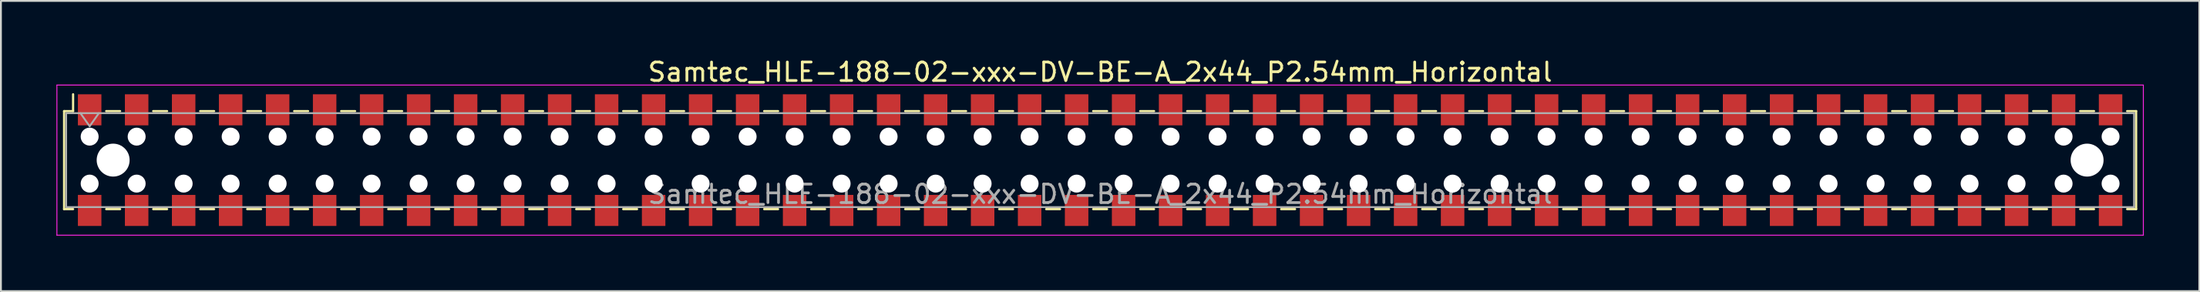
<source format=kicad_pcb>
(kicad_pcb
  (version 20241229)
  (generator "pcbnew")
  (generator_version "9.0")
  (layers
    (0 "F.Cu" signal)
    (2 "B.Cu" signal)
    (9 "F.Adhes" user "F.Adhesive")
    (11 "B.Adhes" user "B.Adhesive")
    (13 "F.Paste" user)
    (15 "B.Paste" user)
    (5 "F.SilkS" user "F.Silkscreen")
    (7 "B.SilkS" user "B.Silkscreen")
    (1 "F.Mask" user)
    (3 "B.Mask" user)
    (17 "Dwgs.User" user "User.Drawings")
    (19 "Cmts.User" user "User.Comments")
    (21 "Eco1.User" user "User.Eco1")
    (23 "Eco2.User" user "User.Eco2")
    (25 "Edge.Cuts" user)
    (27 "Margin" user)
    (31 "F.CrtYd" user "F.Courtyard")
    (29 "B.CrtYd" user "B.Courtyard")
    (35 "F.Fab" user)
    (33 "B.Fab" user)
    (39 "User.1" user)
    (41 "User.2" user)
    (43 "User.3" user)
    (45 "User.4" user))
  (footprint "Samtec_HLE-188-02-xxx-DV-BE-A_2x44_P2.54mm_Horizontal"
    (layer "F.Cu")
    (at 56.405 5.608)
    (property "Reference" "Samtec_HLE-188-02-xxx-DV-BE-A_2x44_P2.54mm_Horizontal" (at 0 -4.76 0) (layer "F.SilkS") (effects (font (size 1 1) (thickness 0.15))))
    (attr smd)
    (fp_line (start -55.99 -2.65) (end -55.99 2.65) (stroke (width 0.12) (type solid)) (layer "F.SilkS"))
    (fp_line (start -55.99 2.65) (end -55.505 2.65) (stroke (width 0.12) (type solid)) (layer "F.SilkS"))
    (fp_line (start -55.505 -3.56) (end -55.505 -2.65) (stroke (width 0.12) (type solid)) (layer "F.SilkS"))
    (fp_line (start -55.505 -2.65) (end -55.99 -2.65) (stroke (width 0.12) (type solid)) (layer "F.SilkS"))
    (fp_line (start -53.715 -2.65) (end -52.965 -2.65) (stroke (width 0.12) (type solid)) (layer "F.SilkS"))
    (fp_line (start -53.715 2.65) (end -52.965 2.65) (stroke (width 0.12) (type solid)) (layer "F.SilkS"))
    (fp_line (start -51.175 -2.65) (end -50.425 -2.65) (stroke (width 0.12) (type solid)) (layer "F.SilkS"))
    (fp_line (start -51.175 2.65) (end -50.425 2.65) (stroke (width 0.12) (type solid)) (layer "F.SilkS"))
    (fp_line (start -48.635 -2.65) (end -47.885 -2.65) (stroke (width 0.12) (type solid)) (layer "F.SilkS"))
    (fp_line (start -48.635 2.65) (end -47.885 2.65) (stroke (width 0.12) (type solid)) (layer "F.SilkS"))
    (fp_line (start -46.095 -2.65) (end -45.345 -2.65) (stroke (width 0.12) (type solid)) (layer "F.SilkS"))
    (fp_line (start -46.095 2.65) (end -45.345 2.65) (stroke (width 0.12) (type solid)) (layer "F.SilkS"))
    (fp_line (start -43.555 -2.65) (end -42.805 -2.65) (stroke (width 0.12) (type solid)) (layer "F.SilkS"))
    (fp_line (start -43.555 2.65) (end -42.805 2.65) (stroke (width 0.12) (type solid)) (layer "F.SilkS"))
    (fp_line (start -41.015 -2.65) (end -40.265 -2.65) (stroke (width 0.12) (type solid)) (layer "F.SilkS"))
    (fp_line (start -41.015 2.65) (end -40.265 2.65) (stroke (width 0.12) (type solid)) (layer "F.SilkS"))
    (fp_line (start -38.475 -2.65) (end -37.725 -2.65) (stroke (width 0.12) (type solid)) (layer "F.SilkS"))
    (fp_line (start -38.475 2.65) (end -37.725 2.65) (stroke (width 0.12) (type solid)) (layer "F.SilkS"))
    (fp_line (start -35.935 -2.65) (end -35.185 -2.65) (stroke (width 0.12) (type solid)) (layer "F.SilkS"))
    (fp_line (start -35.935 2.65) (end -35.185 2.65) (stroke (width 0.12) (type solid)) (layer "F.SilkS"))
    (fp_line (start -33.395 -2.65) (end -32.645 -2.65) (stroke (width 0.12) (type solid)) (layer "F.SilkS"))
    (fp_line (start -33.395 2.65) (end -32.645 2.65) (stroke (width 0.12) (type solid)) (layer "F.SilkS"))
    (fp_line (start -30.855 -2.65) (end -30.105 -2.65) (stroke (width 0.12) (type solid)) (layer "F.SilkS"))
    (fp_line (start -30.855 2.65) (end -30.105 2.65) (stroke (width 0.12) (type solid)) (layer "F.SilkS"))
    (fp_line (start -28.315 -2.65) (end -27.565 -2.65) (stroke (width 0.12) (type solid)) (layer "F.SilkS"))
    (fp_line (start -28.315 2.65) (end -27.565 2.65) (stroke (width 0.12) (type solid)) (layer "F.SilkS"))
    (fp_line (start -25.775 -2.65) (end -25.025 -2.65) (stroke (width 0.12) (type solid)) (layer "F.SilkS"))
    (fp_line (start -25.775 2.65) (end -25.025 2.65) (stroke (width 0.12) (type solid)) (layer "F.SilkS"))
    (fp_line (start -23.235 -2.65) (end -22.485 -2.65) (stroke (width 0.12) (type solid)) (layer "F.SilkS"))
    (fp_line (start -23.235 2.65) (end -22.485 2.65) (stroke (width 0.12) (type solid)) (layer "F.SilkS"))
    (fp_line (start -20.695 -2.65) (end -19.945 -2.65) (stroke (width 0.12) (type solid)) (layer "F.SilkS"))
    (fp_line (start -20.695 2.65) (end -19.945 2.65) (stroke (width 0.12) (type solid)) (layer "F.SilkS"))
    (fp_line (start -18.155 -2.65) (end -17.405 -2.65) (stroke (width 0.12) (type solid)) (layer "F.SilkS"))
    (fp_line (start -18.155 2.65) (end -17.405 2.65) (stroke (width 0.12) (type solid)) (layer "F.SilkS"))
    (fp_line (start -15.615 -2.65) (end -14.865 -2.65) (stroke (width 0.12) (type solid)) (layer "F.SilkS"))
    (fp_line (start -15.615 2.65) (end -14.865 2.65) (stroke (width 0.12) (type solid)) (layer "F.SilkS"))
    (fp_line (start -13.075 -2.65) (end -12.325 -2.65) (stroke (width 0.12) (type solid)) (layer "F.SilkS"))
    (fp_line (start -13.075 2.65) (end -12.325 2.65) (stroke (width 0.12) (type solid)) (layer "F.SilkS"))
    (fp_line (start -10.535 -2.65) (end -9.785 -2.65) (stroke (width 0.12) (type solid)) (layer "F.SilkS"))
    (fp_line (start -10.535 2.65) (end -9.785 2.65) (stroke (width 0.12) (type solid)) (layer "F.SilkS"))
    (fp_line (start -7.995 -2.65) (end -7.245 -2.65) (stroke (width 0.12) (type solid)) (layer "F.SilkS"))
    (fp_line (start -7.995 2.65) (end -7.245 2.65) (stroke (width 0.12) (type solid)) (layer "F.SilkS"))
    (fp_line (start -5.455 -2.65) (end -4.705 -2.65) (stroke (width 0.12) (type solid)) (layer "F.SilkS"))
    (fp_line (start -5.455 2.65) (end -4.705 2.65) (stroke (width 0.12) (type solid)) (layer "F.SilkS"))
    (fp_line (start -2.915 -2.65) (end -2.165 -2.65) (stroke (width 0.12) (type solid)) (layer "F.SilkS"))
    (fp_line (start -2.915 2.65) (end -2.165 2.65) (stroke (width 0.12) (type solid)) (layer "F.SilkS"))
    (fp_line (start -0.375 -2.65) (end 0.375 -2.65) (stroke (width 0.12) (type solid)) (layer "F.SilkS"))
    (fp_line (start -0.375 2.65) (end 0.375 2.65) (stroke (width 0.12) (type solid)) (layer "F.SilkS"))
    (fp_line (start 2.165 -2.65) (end 2.915 -2.65) (stroke (width 0.12) (type solid)) (layer "F.SilkS"))
    (fp_line (start 2.165 2.65) (end 2.915 2.65) (stroke (width 0.12) (type solid)) (layer "F.SilkS"))
    (fp_line (start 4.705 -2.65) (end 5.455 -2.65) (stroke (width 0.12) (type solid)) (layer "F.SilkS"))
    (fp_line (start 4.705 2.65) (end 5.455 2.65) (stroke (width 0.12) (type solid)) (layer "F.SilkS"))
    (fp_line (start 7.245 -2.65) (end 7.995 -2.65) (stroke (width 0.12) (type solid)) (layer "F.SilkS"))
    (fp_line (start 7.245 2.65) (end 7.995 2.65) (stroke (width 0.12) (type solid)) (layer "F.SilkS"))
    (fp_line (start 9.785 -2.65) (end 10.535 -2.65) (stroke (width 0.12) (type solid)) (layer "F.SilkS"))
    (fp_line (start 9.785 2.65) (end 10.535 2.65) (stroke (width 0.12) (type solid)) (layer "F.SilkS"))
    (fp_line (start 12.325 -2.65) (end 13.075 -2.65) (stroke (width 0.12) (type solid)) (layer "F.SilkS"))
    (fp_line (start 12.325 2.65) (end 13.075 2.65) (stroke (width 0.12) (type solid)) (layer "F.SilkS"))
    (fp_line (start 14.865 -2.65) (end 15.615 -2.65) (stroke (width 0.12) (type solid)) (layer "F.SilkS"))
    (fp_line (start 14.865 2.65) (end 15.615 2.65) (stroke (width 0.12) (type solid)) (layer "F.SilkS"))
    (fp_line (start 17.405 -2.65) (end 18.155 -2.65) (stroke (width 0.12) (type solid)) (layer "F.SilkS"))
    (fp_line (start 17.405 2.65) (end 18.155 2.65) (stroke (width 0.12) (type solid)) (layer "F.SilkS"))
    (fp_line (start 19.945 -2.65) (end 20.695 -2.65) (stroke (width 0.12) (type solid)) (layer "F.SilkS"))
    (fp_line (start 19.945 2.65) (end 20.695 2.65) (stroke (width 0.12) (type solid)) (layer "F.SilkS"))
    (fp_line (start 22.485 -2.65) (end 23.235 -2.65) (stroke (width 0.12) (type solid)) (layer "F.SilkS"))
    (fp_line (start 22.485 2.65) (end 23.235 2.65) (stroke (width 0.12) (type solid)) (layer "F.SilkS"))
    (fp_line (start 25.025 -2.65) (end 25.775 -2.65) (stroke (width 0.12) (type solid)) (layer "F.SilkS"))
    (fp_line (start 25.025 2.65) (end 25.775 2.65) (stroke (width 0.12) (type solid)) (layer "F.SilkS"))
    (fp_line (start 27.565 -2.65) (end 28.315 -2.65) (stroke (width 0.12) (type solid)) (layer "F.SilkS"))
    (fp_line (start 27.565 2.65) (end 28.315 2.65) (stroke (width 0.12) (type solid)) (layer "F.SilkS"))
    (fp_line (start 30.105 -2.65) (end 30.855 -2.65) (stroke (width 0.12) (type solid)) (layer "F.SilkS"))
    (fp_line (start 30.105 2.65) (end 30.855 2.65) (stroke (width 0.12) (type solid)) (layer "F.SilkS"))
    (fp_line (start 32.645 -2.65) (end 33.395 -2.65) (stroke (width 0.12) (type solid)) (layer "F.SilkS"))
    (fp_line (start 32.645 2.65) (end 33.395 2.65) (stroke (width 0.12) (type solid)) (layer "F.SilkS"))
    (fp_line (start 35.185 -2.65) (end 35.935 -2.65) (stroke (width 0.12) (type solid)) (layer "F.SilkS"))
    (fp_line (start 35.185 2.65) (end 35.935 2.65) (stroke (width 0.12) (type solid)) (layer "F.SilkS"))
    (fp_line (start 37.725 -2.65) (end 38.475 -2.65) (stroke (width 0.12) (type solid)) (layer "F.SilkS"))
    (fp_line (start 37.725 2.65) (end 38.475 2.65) (stroke (width 0.12) (type solid)) (layer "F.SilkS"))
    (fp_line (start 40.265 -2.65) (end 41.015 -2.65) (stroke (width 0.12) (type solid)) (layer "F.SilkS"))
    (fp_line (start 40.265 2.65) (end 41.015 2.65) (stroke (width 0.12) (type solid)) (layer "F.SilkS"))
    (fp_line (start 42.805 -2.65) (end 43.555 -2.65) (stroke (width 0.12) (type solid)) (layer "F.SilkS"))
    (fp_line (start 42.805 2.65) (end 43.555 2.65) (stroke (width 0.12) (type solid)) (layer "F.SilkS"))
    (fp_line (start 45.345 -2.65) (end 46.095 -2.65) (stroke (width 0.12) (type solid)) (layer "F.SilkS"))
    (fp_line (start 45.345 2.65) (end 46.095 2.65) (stroke (width 0.12) (type solid)) (layer "F.SilkS"))
    (fp_line (start 47.885 -2.65) (end 48.635 -2.65) (stroke (width 0.12) (type solid)) (layer "F.SilkS"))
    (fp_line (start 47.885 2.65) (end 48.635 2.65) (stroke (width 0.12) (type solid)) (layer "F.SilkS"))
    (fp_line (start 50.425 -2.65) (end 51.175 -2.65) (stroke (width 0.12) (type solid)) (layer "F.SilkS"))
    (fp_line (start 50.425 2.65) (end 51.175 2.65) (stroke (width 0.12) (type solid)) (layer "F.SilkS"))
    (fp_line (start 52.965 -2.65) (end 53.715 -2.65) (stroke (width 0.12) (type solid)) (layer "F.SilkS"))
    (fp_line (start 52.965 2.65) (end 53.715 2.65) (stroke (width 0.12) (type solid)) (layer "F.SilkS"))
    (fp_line (start 55.505 -2.65) (end 55.99 -2.65) (stroke (width 0.12) (type solid)) (layer "F.SilkS"))
    (fp_line (start 55.99 -2.65) (end 55.99 2.65) (stroke (width 0.12) (type solid)) (layer "F.SilkS"))
    (fp_line (start 55.99 2.65) (end 55.505 2.65) (stroke (width 0.12) (type solid)) (layer "F.SilkS"))
    (fp_line (start -56.38 -4.06) (end 56.38 -4.06) (stroke (width 0.05) (type solid)) (layer "F.CrtYd"))
    (fp_line (start -56.38 4.06) (end -56.38 -4.06) (stroke (width 0.05) (type solid)) (layer "F.CrtYd"))
    (fp_line (start 56.38 -4.06) (end 56.38 4.06) (stroke (width 0.05) (type solid)) (layer "F.CrtYd"))
    (fp_line (start 56.38 4.06) (end -56.38 4.06) (stroke (width 0.05) (type solid)) (layer "F.CrtYd"))
    (fp_line (start -55.88 -2.54) (end 55.88 -2.54) (stroke (width 0.1) (type solid)) (layer "F.Fab"))
    (fp_line (start -55.88 2.54) (end -55.88 -2.54) (stroke (width 0.1) (type solid)) (layer "F.Fab"))
    (fp_line (start -55.11 -2.54) (end -54.61 -1.833) (stroke (width 0.1) (type solid)) (layer "F.Fab"))
    (fp_line (start -54.61 -1.833) (end -54.11 -2.54) (stroke (width 0.1) (type solid)) (layer "F.Fab"))
    (fp_line (start 55.88 -2.54) (end 55.88 2.54) (stroke (width 0.1) (type solid)) (layer "F.Fab"))
    (fp_line (start 55.88 2.54) (end -55.88 2.54) (stroke (width 0.1) (type solid)) (layer "F.Fab"))
    (fp_text user "${REFERENCE}" (at 0 1.84 0) (layer "F.Fab") (effects (font (size 1 1) (thickness 0.15))))
    (pad "" np_thru_hole circle (at -54.61 -1.27) (size 0.97 0.97) (drill 0.97) (layers "*.Cu" "*.Mask"))
    (pad "" np_thru_hole circle (at -54.61 1.27) (size 0.97 0.97) (drill 0.97) (layers "*.Cu" "*.Mask"))
    (pad "" np_thru_hole circle (at -53.34 0) (size 1.78 1.78) (drill 1.78) (layers "*.Cu" "*.Mask"))
    (pad "" np_thru_hole circle (at -52.07 -1.27) (size 0.97 0.97) (drill 0.97) (layers "*.Cu" "*.Mask"))
    (pad "" np_thru_hole circle (at -52.07 1.27) (size 0.97 0.97) (drill 0.97) (layers "*.Cu" "*.Mask"))
    (pad "" np_thru_hole circle (at -49.53 -1.27) (size 0.97 0.97) (drill 0.97) (layers "*.Cu" "*.Mask"))
    (pad "" np_thru_hole circle (at -49.53 1.27) (size 0.97 0.97) (drill 0.97) (layers "*.Cu" "*.Mask"))
    (pad "" np_thru_hole circle (at -46.99 -1.27) (size 0.97 0.97) (drill 0.97) (layers "*.Cu" "*.Mask"))
    (pad "" np_thru_hole circle (at -46.99 1.27) (size 0.97 0.97) (drill 0.97) (layers "*.Cu" "*.Mask"))
    (pad "" np_thru_hole circle (at -44.45 -1.27) (size 0.97 0.97) (drill 0.97) (layers "*.Cu" "*.Mask"))
    (pad "" np_thru_hole circle (at -44.45 1.27) (size 0.97 0.97) (drill 0.97) (layers "*.Cu" "*.Mask"))
    (pad "" np_thru_hole circle (at -41.91 -1.27) (size 0.97 0.97) (drill 0.97) (layers "*.Cu" "*.Mask"))
    (pad "" np_thru_hole circle (at -41.91 1.27) (size 0.97 0.97) (drill 0.97) (layers "*.Cu" "*.Mask"))
    (pad "" np_thru_hole circle (at -39.37 -1.27) (size 0.97 0.97) (drill 0.97) (layers "*.Cu" "*.Mask"))
    (pad "" np_thru_hole circle (at -39.37 1.27) (size 0.97 0.97) (drill 0.97) (layers "*.Cu" "*.Mask"))
    (pad "" np_thru_hole circle (at -36.83 -1.27) (size 0.97 0.97) (drill 0.97) (layers "*.Cu" "*.Mask"))
    (pad "" np_thru_hole circle (at -36.83 1.27) (size 0.97 0.97) (drill 0.97) (layers "*.Cu" "*.Mask"))
    (pad "" np_thru_hole circle (at -34.29 -1.27) (size 0.97 0.97) (drill 0.97) (layers "*.Cu" "*.Mask"))
    (pad "" np_thru_hole circle (at -34.29 1.27) (size 0.97 0.97) (drill 0.97) (layers "*.Cu" "*.Mask"))
    (pad "" np_thru_hole circle (at -31.75 -1.27) (size 0.97 0.97) (drill 0.97) (layers "*.Cu" "*.Mask"))
    (pad "" np_thru_hole circle (at -31.75 1.27) (size 0.97 0.97) (drill 0.97) (layers "*.Cu" "*.Mask"))
    (pad "" np_thru_hole circle (at -29.21 -1.27) (size 0.97 0.97) (drill 0.97) (layers "*.Cu" "*.Mask"))
    (pad "" np_thru_hole circle (at -29.21 1.27) (size 0.97 0.97) (drill 0.97) (layers "*.Cu" "*.Mask"))
    (pad "" np_thru_hole circle (at -26.67 -1.27) (size 0.97 0.97) (drill 0.97) (layers "*.Cu" "*.Mask"))
    (pad "" np_thru_hole circle (at -26.67 1.27) (size 0.97 0.97) (drill 0.97) (layers "*.Cu" "*.Mask"))
    (pad "" np_thru_hole circle (at -24.13 -1.27) (size 0.97 0.97) (drill 0.97) (layers "*.Cu" "*.Mask"))
    (pad "" np_thru_hole circle (at -24.13 1.27) (size 0.97 0.97) (drill 0.97) (layers "*.Cu" "*.Mask"))
    (pad "" np_thru_hole circle (at -21.59 -1.27) (size 0.97 0.97) (drill 0.97) (layers "*.Cu" "*.Mask"))
    (pad "" np_thru_hole circle (at -21.59 1.27) (size 0.97 0.97) (drill 0.97) (layers "*.Cu" "*.Mask"))
    (pad "" np_thru_hole circle (at -19.05 -1.27) (size 0.97 0.97) (drill 0.97) (layers "*.Cu" "*.Mask"))
    (pad "" np_thru_hole circle (at -19.05 1.27) (size 0.97 0.97) (drill 0.97) (layers "*.Cu" "*.Mask"))
    (pad "" np_thru_hole circle (at -16.51 -1.27) (size 0.97 0.97) (drill 0.97) (layers "*.Cu" "*.Mask"))
    (pad "" np_thru_hole circle (at -16.51 1.27) (size 0.97 0.97) (drill 0.97) (layers "*.Cu" "*.Mask"))
    (pad "" np_thru_hole circle (at -13.97 -1.27) (size 0.97 0.97) (drill 0.97) (layers "*.Cu" "*.Mask"))
    (pad "" np_thru_hole circle (at -13.97 1.27) (size 0.97 0.97) (drill 0.97) (layers "*.Cu" "*.Mask"))
    (pad "" np_thru_hole circle (at -11.43 -1.27) (size 0.97 0.97) (drill 0.97) (layers "*.Cu" "*.Mask"))
    (pad "" np_thru_hole circle (at -11.43 1.27) (size 0.97 0.97) (drill 0.97) (layers "*.Cu" "*.Mask"))
    (pad "" np_thru_hole circle (at -8.89 -1.27) (size 0.97 0.97) (drill 0.97) (layers "*.Cu" "*.Mask"))
    (pad "" np_thru_hole circle (at -8.89 1.27) (size 0.97 0.97) (drill 0.97) (layers "*.Cu" "*.Mask"))
    (pad "" np_thru_hole circle (at -6.35 -1.27) (size 0.97 0.97) (drill 0.97) (layers "*.Cu" "*.Mask"))
    (pad "" np_thru_hole circle (at -6.35 1.27) (size 0.97 0.97) (drill 0.97) (layers "*.Cu" "*.Mask"))
    (pad "" np_thru_hole circle (at -3.81 -1.27) (size 0.97 0.97) (drill 0.97) (layers "*.Cu" "*.Mask"))
    (pad "" np_thru_hole circle (at -3.81 1.27) (size 0.97 0.97) (drill 0.97) (layers "*.Cu" "*.Mask"))
    (pad "" np_thru_hole circle (at -1.27 -1.27) (size 0.97 0.97) (drill 0.97) (layers "*.Cu" "*.Mask"))
    (pad "" np_thru_hole circle (at -1.27 1.27) (size 0.97 0.97) (drill 0.97) (layers "*.Cu" "*.Mask"))
    (pad "" np_thru_hole circle (at 1.27 -1.27) (size 0.97 0.97) (drill 0.97) (layers "*.Cu" "*.Mask"))
    (pad "" np_thru_hole circle (at 1.27 1.27) (size 0.97 0.97) (drill 0.97) (layers "*.Cu" "*.Mask"))
    (pad "" np_thru_hole circle (at 3.81 -1.27) (size 0.97 0.97) (drill 0.97) (layers "*.Cu" "*.Mask"))
    (pad "" np_thru_hole circle (at 3.81 1.27) (size 0.97 0.97) (drill 0.97) (layers "*.Cu" "*.Mask"))
    (pad "" np_thru_hole circle (at 6.35 -1.27) (size 0.97 0.97) (drill 0.97) (layers "*.Cu" "*.Mask"))
    (pad "" np_thru_hole circle (at 6.35 1.27) (size 0.97 0.97) (drill 0.97) (layers "*.Cu" "*.Mask"))
    (pad "" np_thru_hole circle (at 8.89 -1.27) (size 0.97 0.97) (drill 0.97) (layers "*.Cu" "*.Mask"))
    (pad "" np_thru_hole circle (at 8.89 1.27) (size 0.97 0.97) (drill 0.97) (layers "*.Cu" "*.Mask"))
    (pad "" np_thru_hole circle (at 11.43 -1.27) (size 0.97 0.97) (drill 0.97) (layers "*.Cu" "*.Mask"))
    (pad "" np_thru_hole circle (at 11.43 1.27) (size 0.97 0.97) (drill 0.97) (layers "*.Cu" "*.Mask"))
    (pad "" np_thru_hole circle (at 13.97 -1.27) (size 0.97 0.97) (drill 0.97) (layers "*.Cu" "*.Mask"))
    (pad "" np_thru_hole circle (at 13.97 1.27) (size 0.97 0.97) (drill 0.97) (layers "*.Cu" "*.Mask"))
    (pad "" np_thru_hole circle (at 16.51 -1.27) (size 0.97 0.97) (drill 0.97) (layers "*.Cu" "*.Mask"))
    (pad "" np_thru_hole circle (at 16.51 1.27) (size 0.97 0.97) (drill 0.97) (layers "*.Cu" "*.Mask"))
    (pad "" np_thru_hole circle (at 19.05 -1.27) (size 0.97 0.97) (drill 0.97) (layers "*.Cu" "*.Mask"))
    (pad "" np_thru_hole circle (at 19.05 1.27) (size 0.97 0.97) (drill 0.97) (layers "*.Cu" "*.Mask"))
    (pad "" np_thru_hole circle (at 21.59 -1.27) (size 0.97 0.97) (drill 0.97) (layers "*.Cu" "*.Mask"))
    (pad "" np_thru_hole circle (at 21.59 1.27) (size 0.97 0.97) (drill 0.97) (layers "*.Cu" "*.Mask"))
    (pad "" np_thru_hole circle (at 24.13 -1.27) (size 0.97 0.97) (drill 0.97) (layers "*.Cu" "*.Mask"))
    (pad "" np_thru_hole circle (at 24.13 1.27) (size 0.97 0.97) (drill 0.97) (layers "*.Cu" "*.Mask"))
    (pad "" np_thru_hole circle (at 26.67 -1.27) (size 0.97 0.97) (drill 0.97) (layers "*.Cu" "*.Mask"))
    (pad "" np_thru_hole circle (at 26.67 1.27) (size 0.97 0.97) (drill 0.97) (layers "*.Cu" "*.Mask"))
    (pad "" np_thru_hole circle (at 29.21 -1.27) (size 0.97 0.97) (drill 0.97) (layers "*.Cu" "*.Mask"))
    (pad "" np_thru_hole circle (at 29.21 1.27) (size 0.97 0.97) (drill 0.97) (layers "*.Cu" "*.Mask"))
    (pad "" np_thru_hole circle (at 31.75 -1.27) (size 0.97 0.97) (drill 0.97) (layers "*.Cu" "*.Mask"))
    (pad "" np_thru_hole circle (at 31.75 1.27) (size 0.97 0.97) (drill 0.97) (layers "*.Cu" "*.Mask"))
    (pad "" np_thru_hole circle (at 34.29 -1.27) (size 0.97 0.97) (drill 0.97) (layers "*.Cu" "*.Mask"))
    (pad "" np_thru_hole circle (at 34.29 1.27) (size 0.97 0.97) (drill 0.97) (layers "*.Cu" "*.Mask"))
    (pad "" np_thru_hole circle (at 36.83 -1.27) (size 0.97 0.97) (drill 0.97) (layers "*.Cu" "*.Mask"))
    (pad "" np_thru_hole circle (at 36.83 1.27) (size 0.97 0.97) (drill 0.97) (layers "*.Cu" "*.Mask"))
    (pad "" np_thru_hole circle (at 39.37 -1.27) (size 0.97 0.97) (drill 0.97) (layers "*.Cu" "*.Mask"))
    (pad "" np_thru_hole circle (at 39.37 1.27) (size 0.97 0.97) (drill 0.97) (layers "*.Cu" "*.Mask"))
    (pad "" np_thru_hole circle (at 41.91 -1.27) (size 0.97 0.97) (drill 0.97) (layers "*.Cu" "*.Mask"))
    (pad "" np_thru_hole circle (at 41.91 1.27) (size 0.97 0.97) (drill 0.97) (layers "*.Cu" "*.Mask"))
    (pad "" np_thru_hole circle (at 44.45 -1.27) (size 0.97 0.97) (drill 0.97) (layers "*.Cu" "*.Mask"))
    (pad "" np_thru_hole circle (at 44.45 1.27) (size 0.97 0.97) (drill 0.97) (layers "*.Cu" "*.Mask"))
    (pad "" np_thru_hole circle (at 46.99 -1.27) (size 0.97 0.97) (drill 0.97) (layers "*.Cu" "*.Mask"))
    (pad "" np_thru_hole circle (at 46.99 1.27) (size 0.97 0.97) (drill 0.97) (layers "*.Cu" "*.Mask"))
    (pad "" np_thru_hole circle (at 49.53 -1.27) (size 0.97 0.97) (drill 0.97) (layers "*.Cu" "*.Mask"))
    (pad "" np_thru_hole circle (at 49.53 1.27) (size 0.97 0.97) (drill 0.97) (layers "*.Cu" "*.Mask"))
    (pad "" np_thru_hole circle (at 52.07 -1.27) (size 0.97 0.97) (drill 0.97) (layers "*.Cu" "*.Mask"))
    (pad "" np_thru_hole circle (at 52.07 1.27) (size 0.97 0.97) (drill 0.97) (layers "*.Cu" "*.Mask"))
    (pad "" np_thru_hole circle (at 53.34 0) (size 1.78 1.78) (drill 1.78) (layers "*.Cu" "*.Mask"))
    (pad "" np_thru_hole circle (at 54.61 -1.27) (size 0.97 0.97) (drill 0.97) (layers "*.Cu" "*.Mask"))
    (pad "" np_thru_hole circle (at 54.61 1.27) (size 0.97 0.97) (drill 0.97) (layers "*.Cu" "*.Mask"))
    (pad "1" smd rect (at -54.61 -2.72) (size 1.27 1.68) (layers "F.Cu" "F.Mask" "F.Paste"))
    (pad "2" smd rect (at -54.61 2.72) (size 1.27 1.68) (layers "F.Cu" "F.Mask" "F.Paste"))
    (pad "3" smd rect (at -52.07 -2.72) (size 1.27 1.68) (layers "F.Cu" "F.Mask" "F.Paste"))
    (pad "4" smd rect (at -52.07 2.72) (size 1.27 1.68) (layers "F.Cu" "F.Mask" "F.Paste"))
    (pad "5" smd rect (at -49.53 -2.72) (size 1.27 1.68) (layers "F.Cu" "F.Mask" "F.Paste"))
    (pad "6" smd rect (at -49.53 2.72) (size 1.27 1.68) (layers "F.Cu" "F.Mask" "F.Paste"))
    (pad "7" smd rect (at -46.99 -2.72) (size 1.27 1.68) (layers "F.Cu" "F.Mask" "F.Paste"))
    (pad "8" smd rect (at -46.99 2.72) (size 1.27 1.68) (layers "F.Cu" "F.Mask" "F.Paste"))
    (pad "9" smd rect (at -44.45 -2.72) (size 1.27 1.68) (layers "F.Cu" "F.Mask" "F.Paste"))
    (pad "10" smd rect (at -44.45 2.72) (size 1.27 1.68) (layers "F.Cu" "F.Mask" "F.Paste"))
    (pad "11" smd rect (at -41.91 -2.72) (size 1.27 1.68) (layers "F.Cu" "F.Mask" "F.Paste"))
    (pad "12" smd rect (at -41.91 2.72) (size 1.27 1.68) (layers "F.Cu" "F.Mask" "F.Paste"))
    (pad "13" smd rect (at -39.37 -2.72) (size 1.27 1.68) (layers "F.Cu" "F.Mask" "F.Paste"))
    (pad "14" smd rect (at -39.37 2.72) (size 1.27 1.68) (layers "F.Cu" "F.Mask" "F.Paste"))
    (pad "15" smd rect (at -36.83 -2.72) (size 1.27 1.68) (layers "F.Cu" "F.Mask" "F.Paste"))
    (pad "16" smd rect (at -36.83 2.72) (size 1.27 1.68) (layers "F.Cu" "F.Mask" "F.Paste"))
    (pad "17" smd rect (at -34.29 -2.72) (size 1.27 1.68) (layers "F.Cu" "F.Mask" "F.Paste"))
    (pad "18" smd rect (at -34.29 2.72) (size 1.27 1.68) (layers "F.Cu" "F.Mask" "F.Paste"))
    (pad "19" smd rect (at -31.75 -2.72) (size 1.27 1.68) (layers "F.Cu" "F.Mask" "F.Paste"))
    (pad "20" smd rect (at -31.75 2.72) (size 1.27 1.68) (layers "F.Cu" "F.Mask" "F.Paste"))
    (pad "21" smd rect (at -29.21 -2.72) (size 1.27 1.68) (layers "F.Cu" "F.Mask" "F.Paste"))
    (pad "22" smd rect (at -29.21 2.72) (size 1.27 1.68) (layers "F.Cu" "F.Mask" "F.Paste"))
    (pad "23" smd rect (at -26.67 -2.72) (size 1.27 1.68) (layers "F.Cu" "F.Mask" "F.Paste"))
    (pad "24" smd rect (at -26.67 2.72) (size 1.27 1.68) (layers "F.Cu" "F.Mask" "F.Paste"))
    (pad "25" smd rect (at -24.13 -2.72) (size 1.27 1.68) (layers "F.Cu" "F.Mask" "F.Paste"))
    (pad "26" smd rect (at -24.13 2.72) (size 1.27 1.68) (layers "F.Cu" "F.Mask" "F.Paste"))
    (pad "27" smd rect (at -21.59 -2.72) (size 1.27 1.68) (layers "F.Cu" "F.Mask" "F.Paste"))
    (pad "28" smd rect (at -21.59 2.72) (size 1.27 1.68) (layers "F.Cu" "F.Mask" "F.Paste"))
    (pad "29" smd rect (at -19.05 -2.72) (size 1.27 1.68) (layers "F.Cu" "F.Mask" "F.Paste"))
    (pad "30" smd rect (at -19.05 2.72) (size 1.27 1.68) (layers "F.Cu" "F.Mask" "F.Paste"))
    (pad "31" smd rect (at -16.51 -2.72) (size 1.27 1.68) (layers "F.Cu" "F.Mask" "F.Paste"))
    (pad "32" smd rect (at -16.51 2.72) (size 1.27 1.68) (layers "F.Cu" "F.Mask" "F.Paste"))
    (pad "33" smd rect (at -13.97 -2.72) (size 1.27 1.68) (layers "F.Cu" "F.Mask" "F.Paste"))
    (pad "34" smd rect (at -13.97 2.72) (size 1.27 1.68) (layers "F.Cu" "F.Mask" "F.Paste"))
    (pad "35" smd rect (at -11.43 -2.72) (size 1.27 1.68) (layers "F.Cu" "F.Mask" "F.Paste"))
    (pad "36" smd rect (at -11.43 2.72) (size 1.27 1.68) (layers "F.Cu" "F.Mask" "F.Paste"))
    (pad "37" smd rect (at -8.89 -2.72) (size 1.27 1.68) (layers "F.Cu" "F.Mask" "F.Paste"))
    (pad "38" smd rect (at -8.89 2.72) (size 1.27 1.68) (layers "F.Cu" "F.Mask" "F.Paste"))
    (pad "39" smd rect (at -6.35 -2.72) (size 1.27 1.68) (layers "F.Cu" "F.Mask" "F.Paste"))
    (pad "40" smd rect (at -6.35 2.72) (size 1.27 1.68) (layers "F.Cu" "F.Mask" "F.Paste"))
    (pad "41" smd rect (at -3.81 -2.72) (size 1.27 1.68) (layers "F.Cu" "F.Mask" "F.Paste"))
    (pad "42" smd rect (at -3.81 2.72) (size 1.27 1.68) (layers "F.Cu" "F.Mask" "F.Paste"))
    (pad "43" smd rect (at -1.27 -2.72) (size 1.27 1.68) (layers "F.Cu" "F.Mask" "F.Paste"))
    (pad "44" smd rect (at -1.27 2.72) (size 1.27 1.68) (layers "F.Cu" "F.Mask" "F.Paste"))
    (pad "45" smd rect (at 1.27 -2.72) (size 1.27 1.68) (layers "F.Cu" "F.Mask" "F.Paste"))
    (pad "46" smd rect (at 1.27 2.72) (size 1.27 1.68) (layers "F.Cu" "F.Mask" "F.Paste"))
    (pad "47" smd rect (at 3.81 -2.72) (size 1.27 1.68) (layers "F.Cu" "F.Mask" "F.Paste"))
    (pad "48" smd rect (at 3.81 2.72) (size 1.27 1.68) (layers "F.Cu" "F.Mask" "F.Paste"))
    (pad "49" smd rect (at 6.35 -2.72) (size 1.27 1.68) (layers "F.Cu" "F.Mask" "F.Paste"))
    (pad "50" smd rect (at 6.35 2.72) (size 1.27 1.68) (layers "F.Cu" "F.Mask" "F.Paste"))
    (pad "51" smd rect (at 8.89 -2.72) (size 1.27 1.68) (layers "F.Cu" "F.Mask" "F.Paste"))
    (pad "52" smd rect (at 8.89 2.72) (size 1.27 1.68) (layers "F.Cu" "F.Mask" "F.Paste"))
    (pad "53" smd rect (at 11.43 -2.72) (size 1.27 1.68) (layers "F.Cu" "F.Mask" "F.Paste"))
    (pad "54" smd rect (at 11.43 2.72) (size 1.27 1.68) (layers "F.Cu" "F.Mask" "F.Paste"))
    (pad "55" smd rect (at 13.97 -2.72) (size 1.27 1.68) (layers "F.Cu" "F.Mask" "F.Paste"))
    (pad "56" smd rect (at 13.97 2.72) (size 1.27 1.68) (layers "F.Cu" "F.Mask" "F.Paste"))
    (pad "57" smd rect (at 16.51 -2.72) (size 1.27 1.68) (layers "F.Cu" "F.Mask" "F.Paste"))
    (pad "58" smd rect (at 16.51 2.72) (size 1.27 1.68) (layers "F.Cu" "F.Mask" "F.Paste"))
    (pad "59" smd rect (at 19.05 -2.72) (size 1.27 1.68) (layers "F.Cu" "F.Mask" "F.Paste"))
    (pad "60" smd rect (at 19.05 2.72) (size 1.27 1.68) (layers "F.Cu" "F.Mask" "F.Paste"))
    (pad "61" smd rect (at 21.59 -2.72) (size 1.27 1.68) (layers "F.Cu" "F.Mask" "F.Paste"))
    (pad "62" smd rect (at 21.59 2.72) (size 1.27 1.68) (layers "F.Cu" "F.Mask" "F.Paste"))
    (pad "63" smd rect (at 24.13 -2.72) (size 1.27 1.68) (layers "F.Cu" "F.Mask" "F.Paste"))
    (pad "64" smd rect (at 24.13 2.72) (size 1.27 1.68) (layers "F.Cu" "F.Mask" "F.Paste"))
    (pad "65" smd rect (at 26.67 -2.72) (size 1.27 1.68) (layers "F.Cu" "F.Mask" "F.Paste"))
    (pad "66" smd rect (at 26.67 2.72) (size 1.27 1.68) (layers "F.Cu" "F.Mask" "F.Paste"))
    (pad "67" smd rect (at 29.21 -2.72) (size 1.27 1.68) (layers "F.Cu" "F.Mask" "F.Paste"))
    (pad "68" smd rect (at 29.21 2.72) (size 1.27 1.68) (layers "F.Cu" "F.Mask" "F.Paste"))
    (pad "69" smd rect (at 31.75 -2.72) (size 1.27 1.68) (layers "F.Cu" "F.Mask" "F.Paste"))
    (pad "70" smd rect (at 31.75 2.72) (size 1.27 1.68) (layers "F.Cu" "F.Mask" "F.Paste"))
    (pad "71" smd rect (at 34.29 -2.72) (size 1.27 1.68) (layers "F.Cu" "F.Mask" "F.Paste"))
    (pad "72" smd rect (at 34.29 2.72) (size 1.27 1.68) (layers "F.Cu" "F.Mask" "F.Paste"))
    (pad "73" smd rect (at 36.83 -2.72) (size 1.27 1.68) (layers "F.Cu" "F.Mask" "F.Paste"))
    (pad "74" smd rect (at 36.83 2.72) (size 1.27 1.68) (layers "F.Cu" "F.Mask" "F.Paste"))
    (pad "75" smd rect (at 39.37 -2.72) (size 1.27 1.68) (layers "F.Cu" "F.Mask" "F.Paste"))
    (pad "76" smd rect (at 39.37 2.72) (size 1.27 1.68) (layers "F.Cu" "F.Mask" "F.Paste"))
    (pad "77" smd rect (at 41.91 -2.72) (size 1.27 1.68) (layers "F.Cu" "F.Mask" "F.Paste"))
    (pad "78" smd rect (at 41.91 2.72) (size 1.27 1.68) (layers "F.Cu" "F.Mask" "F.Paste"))
    (pad "79" smd rect (at 44.45 -2.72) (size 1.27 1.68) (layers "F.Cu" "F.Mask" "F.Paste"))
    (pad "80" smd rect (at 44.45 2.72) (size 1.27 1.68) (layers "F.Cu" "F.Mask" "F.Paste"))
    (pad "81" smd rect (at 46.99 -2.72) (size 1.27 1.68) (layers "F.Cu" "F.Mask" "F.Paste"))
    (pad "82" smd rect (at 46.99 2.72) (size 1.27 1.68) (layers "F.Cu" "F.Mask" "F.Paste"))
    (pad "83" smd rect (at 49.53 -2.72) (size 1.27 1.68) (layers "F.Cu" "F.Mask" "F.Paste"))
    (pad "84" smd rect (at 49.53 2.72) (size 1.27 1.68) (layers "F.Cu" "F.Mask" "F.Paste"))
    (pad "85" smd rect (at 52.07 -2.72) (size 1.27 1.68) (layers "F.Cu" "F.Mask" "F.Paste"))
    (pad "86" smd rect (at 52.07 2.72) (size 1.27 1.68) (layers "F.Cu" "F.Mask" "F.Paste"))
    (pad "87" smd rect (at 54.61 -2.72) (size 1.27 1.68) (layers "F.Cu" "F.Mask" "F.Paste"))
    (pad "88" smd rect (at 54.61 2.72) (size 1.27 1.68) (layers "F.Cu" "F.Mask" "F.Paste")))
  (gr_rect
    (start -3 -3)
    (end 115.81 12.693)
    (stroke (width 0.1) (type default))
    (fill no)
    (layer "Edge.Cuts")))
</source>
